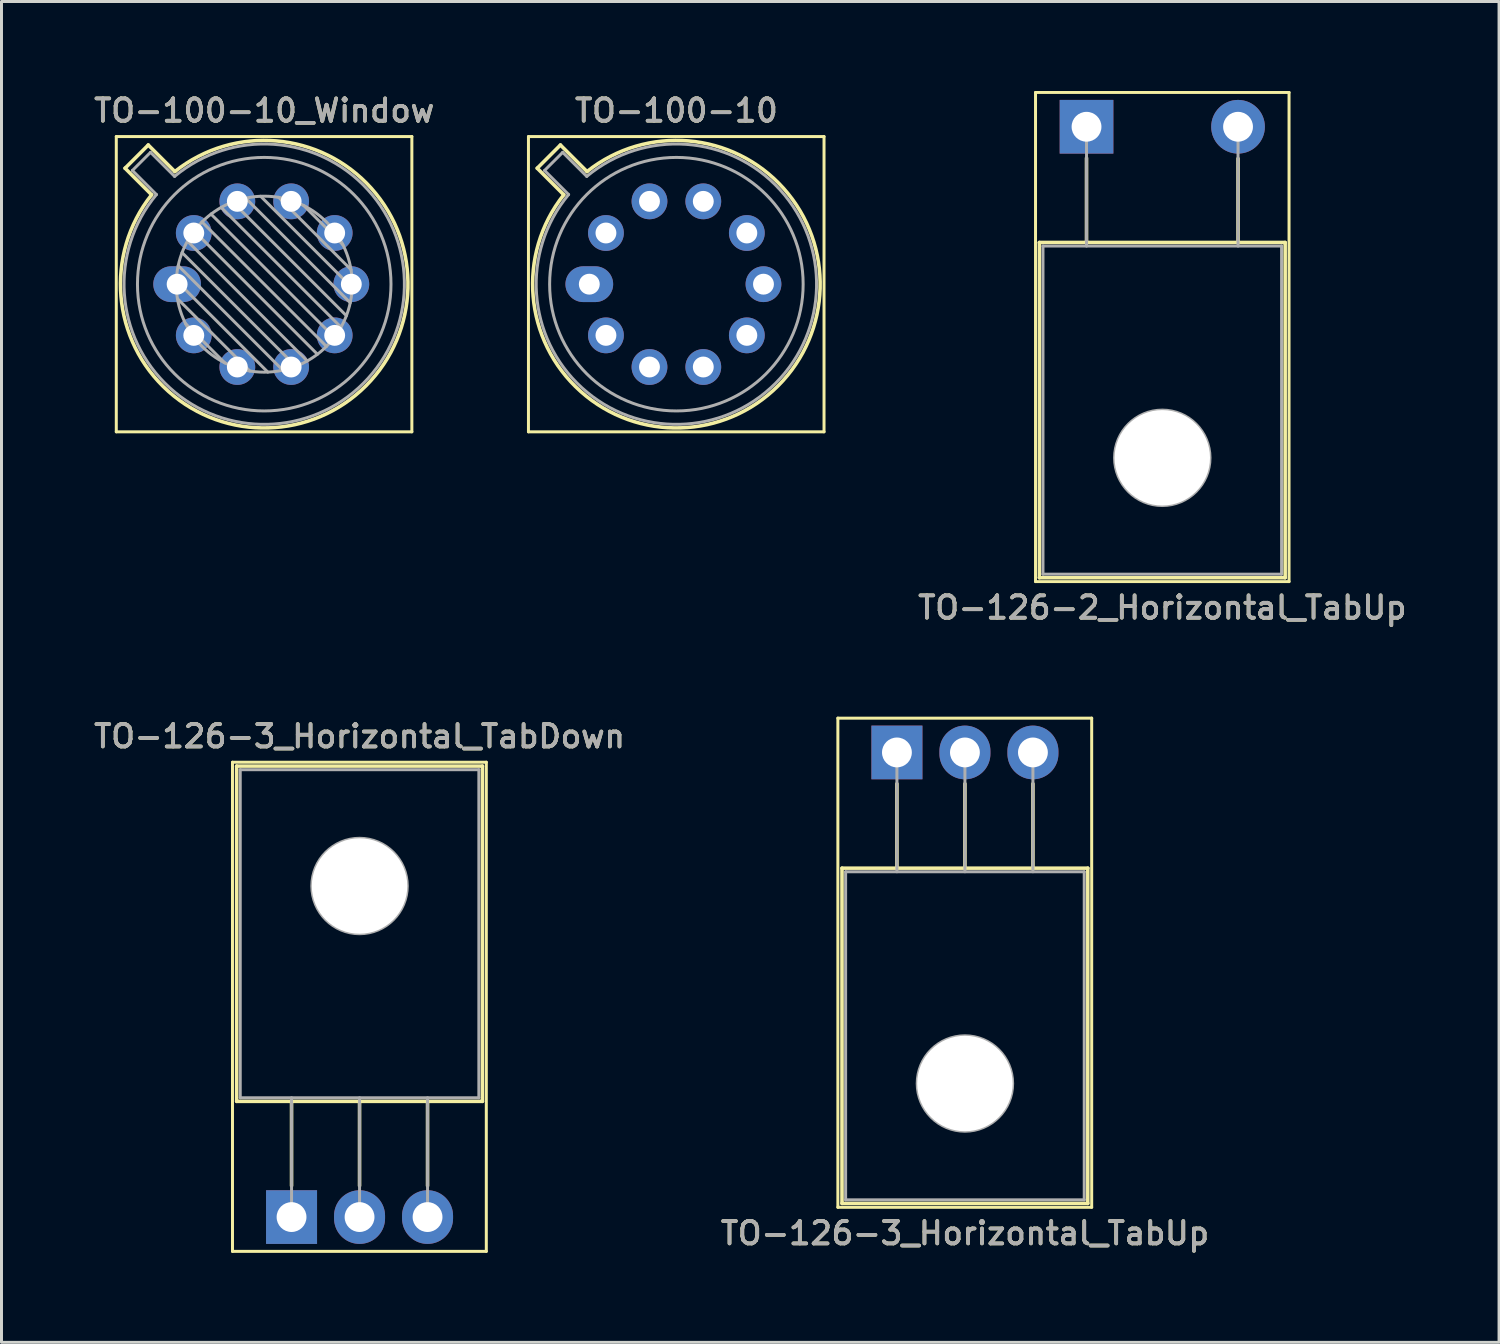
<source format=kicad_pcb>
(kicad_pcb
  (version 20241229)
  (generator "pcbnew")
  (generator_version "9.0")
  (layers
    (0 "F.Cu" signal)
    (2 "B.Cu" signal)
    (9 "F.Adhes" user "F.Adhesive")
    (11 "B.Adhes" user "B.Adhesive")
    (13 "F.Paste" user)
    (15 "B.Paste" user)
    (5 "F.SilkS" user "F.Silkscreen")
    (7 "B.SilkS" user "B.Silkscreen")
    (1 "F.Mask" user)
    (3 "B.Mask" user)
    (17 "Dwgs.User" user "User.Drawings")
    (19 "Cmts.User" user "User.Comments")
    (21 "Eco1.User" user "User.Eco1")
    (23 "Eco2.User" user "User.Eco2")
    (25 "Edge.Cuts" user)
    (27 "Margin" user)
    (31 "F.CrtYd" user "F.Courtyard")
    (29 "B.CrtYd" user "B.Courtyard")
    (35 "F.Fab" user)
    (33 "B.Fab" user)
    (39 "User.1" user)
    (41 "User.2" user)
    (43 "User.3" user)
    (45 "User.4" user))
  (footprint "TO-126-2_Horizontal_TabUp"
    (layer "F.Cu")
    (at 33.379 1.2)
    (property "Reference" "TO-126-2_Horizontal_TabUp" (at 2.54 16.12 0) (layer "F.SilkS") (effects (font (size 0.75 0.75) (thickness 0.125))))
    (attr through_hole)
    (fp_line (start -1.71 -1.15) (end -1.71 15.25) (stroke (width 0.1) (type solid)) (layer "F.SilkS"))
    (fp_line (start -1.71 15.25) (end 6.79 15.25) (stroke (width 0.1) (type solid)) (layer "F.SilkS"))
    (fp_line (start -1.58 3.88) (end -1.58 15.12) (stroke (width 0.12) (type solid)) (layer "F.SilkS"))
    (fp_line (start -1.58 3.88) (end 6.66 3.88) (stroke (width 0.12) (type solid)) (layer "F.SilkS"))
    (fp_line (start -1.58 15.12) (end 6.66 15.12) (stroke (width 0.12) (type solid)) (layer "F.SilkS"))
    (fp_line (start 0 1.05) (end 0 3.88) (stroke (width 0.12) (type solid)) (layer "F.SilkS"))
    (fp_line (start 5.08 1.066) (end 5.08 3.88) (stroke (width 0.12) (type solid)) (layer "F.SilkS"))
    (fp_line (start 6.66 3.88) (end 6.66 15.12) (stroke (width 0.12) (type solid)) (layer "F.SilkS"))
    (fp_line (start 6.79 -1.15) (end -1.71 -1.15) (stroke (width 0.1) (type solid)) (layer "F.SilkS"))
    (fp_line (start 6.79 15.25) (end 6.79 -1.15) (stroke (width 0.1) (type solid)) (layer "F.SilkS"))
    (fp_line (start -1.46 4) (end -1.46 15) (stroke (width 0.1) (type solid)) (layer "F.Fab"))
    (fp_line (start -1.46 15) (end 6.54 15) (stroke (width 0.1) (type solid)) (layer "F.Fab"))
    (fp_line (start 0 4) (end 0 0) (stroke (width 0.1) (type solid)) (layer "F.Fab"))
    (fp_line (start 5.08 4) (end 5.08 0) (stroke (width 0.1) (type solid)) (layer "F.Fab"))
    (fp_line (start 6.54 4) (end -1.46 4) (stroke (width 0.1) (type solid)) (layer "F.Fab"))
    (fp_line (start 6.54 15) (end 6.54 4) (stroke (width 0.1) (type solid)) (layer "F.Fab"))
    (fp_circle (center 2.54 11.1) (end 4.14 11.1) (stroke (width 0.1) (type solid)) (fill no) (layer "F.Fab"))
    (fp_text user "${REFERENCE}" (at 2.54 16.12 0) (layer "F.Fab") (effects (font (size 0.75 0.75) (thickness 0.125))))
    (pad "" np_thru_hole circle (at 2.54 11.1) (size 3.2 3.2) (drill 3.2) (layers "*.Cu" "*.Mask"))
    (pad "1" thru_hole rect (at 0 0) (size 1.8 1.8) (drill 1) (layers "*.Cu" "*.Mask"))
    (pad "2" thru_hole circle (at 5.08 0) (size 1.8 1.8) (drill 1) (layers "*.Cu" "*.Mask")))
  (footprint "TO-100-10"
    (layer "F.Cu")
    (at 16.708 6.478)
    (property "Reference" "TO-100-10" (at 2.92 -5.82 0) (layer "F.SilkS") (effects (font (size 0.75 0.75) (thickness 0.125))))
    (attr through_hole)
    (fp_line (start -2.04 -4.95) (end -2.04 4.95) (stroke (width 0.1) (type solid)) (layer "F.SilkS"))
    (fp_line (start -2.04 4.95) (end 7.87 4.95) (stroke (width 0.1) (type solid)) (layer "F.SilkS"))
    (fp_line (start -1.746 -3.888) (end -0.855 -2.997) (stroke (width 0.12) (type solid)) (layer "F.SilkS"))
    (fp_line (start -0.968 -4.666) (end -1.746 -3.888) (stroke (width 0.12) (type solid)) (layer "F.SilkS"))
    (fp_line (start -0.077 -3.775) (end -0.968 -4.666) (stroke (width 0.12) (type solid)) (layer "F.SilkS"))
    (fp_line (start 7.87 -4.95) (end -2.04 -4.95) (stroke (width 0.1) (type solid)) (layer "F.SilkS"))
    (fp_line (start 7.87 4.95) (end 7.87 -4.95) (stroke (width 0.1) (type solid)) (layer "F.SilkS"))
    (fp_arc (start -0.077084 -3.774902) (mid 6.328255 3.408255) (end -0.854902 -2.997084) (stroke (width 0.12) (type solid)) (layer "F.SilkS"))
    (fp_line (start -1.5 -3.812) (end -0.694 -3.005) (stroke (width 0.1) (type solid)) (layer "F.Fab"))
    (fp_line (start -0.892 -4.42) (end -1.5 -3.812) (stroke (width 0.1) (type solid)) (layer "F.Fab"))
    (fp_line (start -0.085 -3.614) (end -0.892 -4.42) (stroke (width 0.1) (type solid)) (layer "F.Fab"))
    (fp_arc (start -0.085408 -3.61352) (mid 6.243402 3.323402) (end -0.69352 -3.005408) (stroke (width 0.1) (type solid)) (layer "F.Fab"))
    (fp_circle (center 2.92 0) (end 7.17 0) (stroke (width 0.1) (type solid)) (fill no) (layer "F.Fab"))
    (fp_text user "${REFERENCE}" (at 2.92 -5.82 0) (layer "F.Fab") (effects (font (size 0.75 0.75) (thickness 0.125))))
    (pad "1" thru_hole oval (at 0 0) (size 1.6 1.2) (drill 0.7) (layers "*.Cu" "*.Mask"))
    (pad "2" thru_hole circle (at 0.558 1.716) (size 1.2 1.2) (drill 0.7) (layers "*.Cu" "*.Mask"))
    (pad "3" thru_hole circle (at 2.018 2.777) (size 1.2 1.2) (drill 0.7) (layers "*.Cu" "*.Mask"))
    (pad "4" thru_hole circle (at 3.822 2.777) (size 1.2 1.2) (drill 0.7) (layers "*.Cu" "*.Mask"))
    (pad "5" thru_hole circle (at 5.282 1.716) (size 1.2 1.2) (drill 0.7) (layers "*.Cu" "*.Mask"))
    (pad "6" thru_hole circle (at 5.84 0) (size 1.2 1.2) (drill 0.7) (layers "*.Cu" "*.Mask"))
    (pad "7" thru_hole circle (at 5.282 -1.716) (size 1.2 1.2) (drill 0.7) (layers "*.Cu" "*.Mask"))
    (pad "8" thru_hole circle (at 3.822 -2.777) (size 1.2 1.2) (drill 0.7) (layers "*.Cu" "*.Mask"))
    (pad "9" thru_hole circle (at 2.018 -2.777) (size 1.2 1.2) (drill 0.7) (layers "*.Cu" "*.Mask"))
    (pad "10" thru_hole circle (at 0.558 -1.716) (size 1.2 1.2) (drill 0.7) (layers "*.Cu" "*.Mask")))
  (footprint "TO-100-10_Window"
    (layer "F.Cu")
    (at 2.889 6.478)
    (property "Reference" "TO-100-10_Window" (at 2.92 -5.82 0) (layer "F.SilkS") (effects (font (size 0.75 0.75) (thickness 0.125))))
    (attr through_hole)
    (fp_line (start -2.04 -4.95) (end -2.04 4.95) (stroke (width 0.1) (type solid)) (layer "F.SilkS"))
    (fp_line (start -2.04 4.95) (end 7.87 4.95) (stroke (width 0.1) (type solid)) (layer "F.SilkS"))
    (fp_line (start -1.746 -3.888) (end -0.855 -2.997) (stroke (width 0.12) (type solid)) (layer "F.SilkS"))
    (fp_line (start -0.968 -4.666) (end -1.746 -3.888) (stroke (width 0.12) (type solid)) (layer "F.SilkS"))
    (fp_line (start -0.077 -3.775) (end -0.968 -4.666) (stroke (width 0.12) (type solid)) (layer "F.SilkS"))
    (fp_line (start 7.87 -4.95) (end -2.04 -4.95) (stroke (width 0.1) (type solid)) (layer "F.SilkS"))
    (fp_line (start 7.87 4.95) (end 7.87 -4.95) (stroke (width 0.1) (type solid)) (layer "F.SilkS"))
    (fp_arc (start -0.077084 -3.774902) (mid 6.328255 3.408255) (end -0.854902 -2.997084) (stroke (width 0.12) (type solid)) (layer "F.SilkS"))
    (fp_line (start -1.5 -3.812) (end -0.694 -3.005) (stroke (width 0.1) (type solid)) (layer "F.Fab"))
    (fp_line (start -0.892 -4.42) (end -1.5 -3.812) (stroke (width 0.1) (type solid)) (layer "F.Fab"))
    (fp_line (start -0.085 -3.614) (end -0.892 -4.42) (stroke (width 0.1) (type solid)) (layer "F.Fab"))
    (fp_line (start -0.028 -0.12) (end 3.04 2.948) (stroke (width 0.1) (type solid)) (layer "F.Fab"))
    (fp_line (start 0.009 0.485) (end 2.435 2.911) (stroke (width 0.1) (type solid)) (layer "F.Fab"))
    (fp_line (start 0.036 -0.622) (end 3.542 2.884) (stroke (width 0.1) (type solid)) (layer "F.Fab"))
    (fp_line (start 0.165 -1.058) (end 3.978 2.755) (stroke (width 0.1) (type solid)) (layer "F.Fab"))
    (fp_line (start 0.283 1.324) (end 1.596 2.637) (stroke (width 0.1) (type solid)) (layer "F.Fab"))
    (fp_line (start 0.346 -1.443) (end 4.363 2.574) (stroke (width 0.1) (type solid)) (layer "F.Fab"))
    (fp_line (start 0.57 -1.784) (end 4.704 2.35) (stroke (width 0.1) (type solid)) (layer "F.Fab"))
    (fp_line (start 0.834 -2.086) (end 5.006 2.086) (stroke (width 0.1) (type solid)) (layer "F.Fab"))
    (fp_line (start 1.136 -2.35) (end 5.27 1.784) (stroke (width 0.1) (type solid)) (layer "F.Fab"))
    (fp_line (start 1.477 -2.574) (end 5.494 1.443) (stroke (width 0.1) (type solid)) (layer "F.Fab"))
    (fp_line (start 1.862 -2.755) (end 5.675 1.058) (stroke (width 0.1) (type solid)) (layer "F.Fab"))
    (fp_line (start 2.298 -2.884) (end 5.804 0.622) (stroke (width 0.1) (type solid)) (layer "F.Fab"))
    (fp_line (start 2.8 -2.948) (end 5.868 0.12) (stroke (width 0.1) (type solid)) (layer "F.Fab"))
    (fp_line (start 3.405 -2.911) (end 5.831 -0.485) (stroke (width 0.1) (type solid)) (layer "F.Fab"))
    (fp_line (start 4.244 -2.637) (end 5.557 -1.324) (stroke (width 0.1) (type solid)) (layer "F.Fab"))
    (fp_arc (start -0.085408 -3.61352) (mid 6.243402 3.323402) (end -0.69352 -3.005408) (stroke (width 0.1) (type solid)) (layer "F.Fab"))
    (fp_circle (center 2.92 0) (end 5.87 0) (stroke (width 0.1) (type solid)) (fill no) (layer "F.Fab"))
    (fp_circle (center 2.92 0) (end 7.17 0) (stroke (width 0.1) (type solid)) (fill no) (layer "F.Fab"))
    (fp_text user "${REFERENCE}" (at 2.92 -5.82 0) (layer "F.Fab") (effects (font (size 0.75 0.75) (thickness 0.125))))
    (pad "1" thru_hole oval (at 0 0) (size 1.6 1.2) (drill 0.7) (layers "*.Cu" "*.Mask"))
    (pad "2" thru_hole circle (at 0.558 1.716) (size 1.2 1.2) (drill 0.7) (layers "*.Cu" "*.Mask"))
    (pad "3" thru_hole circle (at 2.018 2.777) (size 1.2 1.2) (drill 0.7) (layers "*.Cu" "*.Mask"))
    (pad "4" thru_hole circle (at 3.822 2.777) (size 1.2 1.2) (drill 0.7) (layers "*.Cu" "*.Mask"))
    (pad "5" thru_hole circle (at 5.282 1.716) (size 1.2 1.2) (drill 0.7) (layers "*.Cu" "*.Mask"))
    (pad "6" thru_hole circle (at 5.84 0) (size 1.2 1.2) (drill 0.7) (layers "*.Cu" "*.Mask"))
    (pad "7" thru_hole circle (at 5.282 -1.716) (size 1.2 1.2) (drill 0.7) (layers "*.Cu" "*.Mask"))
    (pad "8" thru_hole circle (at 3.822 -2.777) (size 1.2 1.2) (drill 0.7) (layers "*.Cu" "*.Mask"))
    (pad "9" thru_hole circle (at 2.018 -2.777) (size 1.2 1.2) (drill 0.7) (layers "*.Cu" "*.Mask"))
    (pad "10" thru_hole circle (at 0.558 -1.716) (size 1.2 1.2) (drill 0.7) (layers "*.Cu" "*.Mask")))
  (footprint "TO-126-3_Horizontal_TabUp"
    (layer "F.Cu")
    (at 27.022 22.178)
    (property "Reference" "TO-126-3_Horizontal_TabUp" (at 2.28 16.12 0) (layer "F.SilkS") (effects (font (size 0.75 0.75) (thickness 0.125))))
    (attr through_hole)
    (fp_line (start -1.98 -1.15) (end -1.98 15.25) (stroke (width 0.1) (type solid)) (layer "F.SilkS"))
    (fp_line (start -1.98 15.25) (end 6.53 15.25) (stroke (width 0.1) (type solid)) (layer "F.SilkS"))
    (fp_line (start -1.841 3.88) (end -1.841 15.12) (stroke (width 0.12) (type solid)) (layer "F.SilkS"))
    (fp_line (start -1.841 3.88) (end 6.4 3.88) (stroke (width 0.12) (type solid)) (layer "F.SilkS"))
    (fp_line (start -1.841 15.12) (end 6.4 15.12) (stroke (width 0.12) (type solid)) (layer "F.SilkS"))
    (fp_line (start 0 1.05) (end 0 3.88) (stroke (width 0.12) (type solid)) (layer "F.SilkS"))
    (fp_line (start 2.28 1.05) (end 2.28 3.88) (stroke (width 0.12) (type solid)) (layer "F.SilkS"))
    (fp_line (start 4.56 1.05) (end 4.56 3.88) (stroke (width 0.12) (type solid)) (layer "F.SilkS"))
    (fp_line (start 6.4 3.88) (end 6.4 15.12) (stroke (width 0.12) (type solid)) (layer "F.SilkS"))
    (fp_line (start 6.53 -1.15) (end -1.98 -1.15) (stroke (width 0.1) (type solid)) (layer "F.SilkS"))
    (fp_line (start 6.53 15.25) (end 6.53 -1.15) (stroke (width 0.1) (type solid)) (layer "F.SilkS"))
    (fp_line (start -1.72 4) (end -1.72 15) (stroke (width 0.1) (type solid)) (layer "F.Fab"))
    (fp_line (start -1.72 15) (end 6.28 15) (stroke (width 0.1) (type solid)) (layer "F.Fab"))
    (fp_line (start 0 4) (end 0 0) (stroke (width 0.1) (type solid)) (layer "F.Fab"))
    (fp_line (start 2.28 4) (end 2.28 0) (stroke (width 0.1) (type solid)) (layer "F.Fab"))
    (fp_line (start 4.56 4) (end 4.56 0) (stroke (width 0.1) (type solid)) (layer "F.Fab"))
    (fp_line (start 6.28 4) (end -1.72 4) (stroke (width 0.1) (type solid)) (layer "F.Fab"))
    (fp_line (start 6.28 15) (end 6.28 4) (stroke (width 0.1) (type solid)) (layer "F.Fab"))
    (fp_circle (center 2.28 11.1) (end 3.88 11.1) (stroke (width 0.1) (type solid)) (fill no) (layer "F.Fab"))
    (fp_text user "${REFERENCE}" (at 2.28 16.12 0) (layer "F.Fab") (effects (font (size 0.75 0.75) (thickness 0.125))))
    (pad "" np_thru_hole circle (at 2.28 11.1) (size 3.2 3.2) (drill 3.2) (layers "*.Cu" "*.Mask"))
    (pad "1" thru_hole rect (at 0 0) (size 1.71 1.8) (drill 1) (layers "*.Cu" "*.Mask"))
    (pad "2" thru_hole oval (at 2.28 0) (size 1.71 1.8) (drill 1) (layers "*.Cu" "*.Mask"))
    (pad "3" thru_hole oval (at 4.56 0) (size 1.71 1.8) (drill 1) (layers "*.Cu" "*.Mask")))
  (footprint "TO-126-3_Horizontal_TabDown"
    (layer "F.Cu")
    (at 6.725 37.756)
    (property "Reference" "TO-126-3_Horizontal_TabDown" (at 2.28 -16.12 0) (layer "F.SilkS") (effects (font (size 0.75 0.75) (thickness 0.125))))
    (attr through_hole)
    (fp_line (start -1.98 -15.25) (end -1.98 1.15) (stroke (width 0.1) (type solid)) (layer "F.SilkS"))
    (fp_line (start -1.98 1.15) (end 6.53 1.15) (stroke (width 0.1) (type solid)) (layer "F.SilkS"))
    (fp_line (start -1.841 -15.12) (end -1.841 -3.88) (stroke (width 0.12) (type solid)) (layer "F.SilkS"))
    (fp_line (start -1.841 -15.12) (end 6.4 -15.12) (stroke (width 0.12) (type solid)) (layer "F.SilkS"))
    (fp_line (start -1.841 -3.88) (end 6.4 -3.88) (stroke (width 0.12) (type solid)) (layer "F.SilkS"))
    (fp_line (start 0 -3.88) (end 0 -1.05) (stroke (width 0.12) (type solid)) (layer "F.SilkS"))
    (fp_line (start 2.28 -3.88) (end 2.28 -1.05) (stroke (width 0.12) (type solid)) (layer "F.SilkS"))
    (fp_line (start 4.56 -3.88) (end 4.56 -1.05) (stroke (width 0.12) (type solid)) (layer "F.SilkS"))
    (fp_line (start 6.4 -15.12) (end 6.4 -3.88) (stroke (width 0.12) (type solid)) (layer "F.SilkS"))
    (fp_line (start 6.53 -15.25) (end -1.98 -15.25) (stroke (width 0.1) (type solid)) (layer "F.SilkS"))
    (fp_line (start 6.53 1.15) (end 6.53 -15.25) (stroke (width 0.1) (type solid)) (layer "F.SilkS"))
    (fp_line (start -1.72 -15) (end 6.28 -15) (stroke (width 0.1) (type solid)) (layer "F.Fab"))
    (fp_line (start -1.72 -4) (end -1.72 -15) (stroke (width 0.1) (type solid)) (layer "F.Fab"))
    (fp_line (start 0 -4) (end 0 0) (stroke (width 0.1) (type solid)) (layer "F.Fab"))
    (fp_line (start 2.28 -4) (end 2.28 0) (stroke (width 0.1) (type solid)) (layer "F.Fab"))
    (fp_line (start 4.56 -4) (end 4.56 0) (stroke (width 0.1) (type solid)) (layer "F.Fab"))
    (fp_line (start 6.28 -15) (end 6.28 -4) (stroke (width 0.1) (type solid)) (layer "F.Fab"))
    (fp_line (start 6.28 -4) (end -1.72 -4) (stroke (width 0.1) (type solid)) (layer "F.Fab"))
    (fp_circle (center 2.28 -11.1) (end 3.88 -11.1) (stroke (width 0.1) (type solid)) (fill no) (layer "F.Fab"))
    (fp_text user "${REFERENCE}" (at 2.28 -16.12 0) (layer "F.Fab") (effects (font (size 0.75 0.75) (thickness 0.125))))
    (pad "" np_thru_hole circle (at 2.28 -11.1) (size 3.2 3.2) (drill 3.2) (layers "*.Cu" "*.Mask"))
    (pad "1" thru_hole rect (at 0 0) (size 1.71 1.8) (drill 1) (layers "*.Cu" "*.Mask"))
    (pad "2" thru_hole oval (at 2.28 0) (size 1.71 1.8) (drill 1) (layers "*.Cu" "*.Mask"))
    (pad "3" thru_hole oval (at 4.56 0) (size 1.71 1.8) (drill 1) (layers "*.Cu" "*.Mask")))
  (gr_rect
    (start -3 -3)
    (end 47.21 41.956)
    (stroke (width 0.1) (type default))
    (fill no)
    (layer "Edge.Cuts")))
</source>
